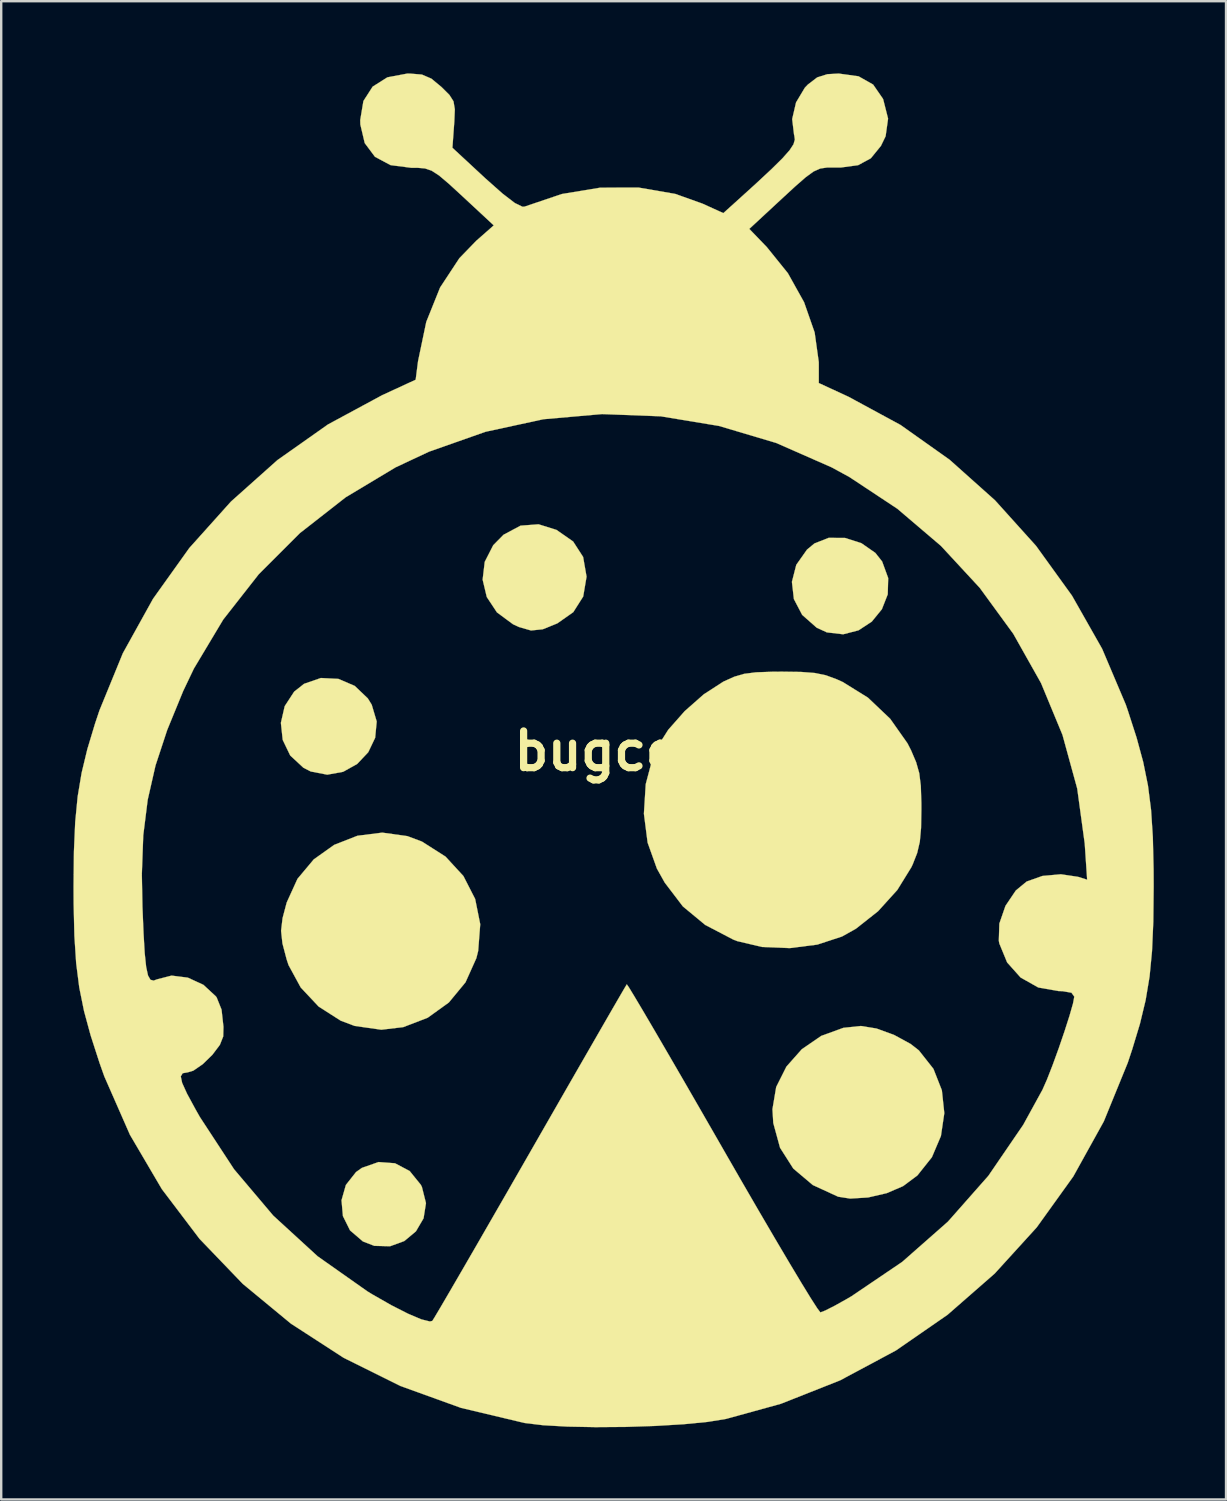
<source format=kicad_pcb>
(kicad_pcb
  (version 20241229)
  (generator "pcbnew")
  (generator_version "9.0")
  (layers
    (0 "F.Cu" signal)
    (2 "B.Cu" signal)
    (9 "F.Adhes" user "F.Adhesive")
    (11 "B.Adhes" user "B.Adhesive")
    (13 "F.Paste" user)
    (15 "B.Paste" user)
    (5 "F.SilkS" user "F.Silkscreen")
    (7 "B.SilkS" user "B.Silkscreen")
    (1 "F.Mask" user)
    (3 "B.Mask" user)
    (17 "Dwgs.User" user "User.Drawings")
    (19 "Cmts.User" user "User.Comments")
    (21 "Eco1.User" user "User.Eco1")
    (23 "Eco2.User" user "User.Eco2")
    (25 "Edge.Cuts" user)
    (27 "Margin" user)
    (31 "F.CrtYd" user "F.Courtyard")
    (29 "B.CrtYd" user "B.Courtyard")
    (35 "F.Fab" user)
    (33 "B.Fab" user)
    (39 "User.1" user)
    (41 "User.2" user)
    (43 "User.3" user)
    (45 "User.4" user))
  (footprint "bugcon"
    (layer "F.Cu")
    (at 22.431 28.138)
    (property "Reference" "bugcon" (at 0 0 0) (layer "F.SilkS") (effects (font (size 1.524 1.524) (thickness 0.3))))
    (attr through_hole)
    (fp_poly (pts (xy -9.078 17.118) (xy -8.469 17.44) (xy -8.006 18.012) (xy -7.961 18.101) (xy -7.792 18.773) (xy -7.892 19.403) (xy -8.209 19.944) (xy -8.691 20.347) (xy -9.284 20.564) (xy -9.937 20.547) (xy -10.411 20.364) (xy -10.945 19.906) (xy -11.241 19.31) (xy -11.299 18.654) (xy -11.118 18.018) (xy -10.696 17.482) (xy -10.452 17.309) (xy -9.762 17.067) (xy -9.078 17.118)) (stroke (width 0.01) (type solid)) (fill yes) (layer "F.SilkS"))
    (fp_poly (pts (xy -11.428 -2.996) (xy -10.752 -2.706) (xy -10.207 -2.187) (xy -10.045 -1.924) (xy -9.838 -1.227) (xy -9.902 -0.553) (xy -10.189 0.049) (xy -10.649 0.536) (xy -11.233 0.862) (xy -11.892 0.981) (xy -12.577 0.849) (xy -12.881 0.694) (xy -13.429 0.185) (xy -13.741 -0.462) (xy -13.817 -1.171) (xy -13.658 -1.865) (xy -13.264 -2.468) (xy -12.854 -2.792) (xy -12.156 -3.033) (xy -11.428 -2.996)) (stroke (width 0.01) (type solid)) (fill yes) (layer "F.SilkS"))
    (fp_poly (pts (xy 9.611 -8.849) (xy 10.289 -8.632) (xy 10.868 -8.229) (xy 11.151 -7.871) (xy 11.402 -7.183) (xy 11.383 -6.507) (xy 11.14 -5.889) (xy 10.721 -5.375) (xy 10.169 -5.013) (xy 9.532 -4.849) (xy 8.855 -4.928) (xy 8.433 -5.122) (xy 7.83 -5.654) (xy 7.486 -6.311) (xy 7.404 -7.026) (xy 7.585 -7.733) (xy 8.03 -8.364) (xy 8.338 -8.62) (xy 8.929 -8.853) (xy 9.611 -8.849)) (stroke (width 0.01) (type solid)) (fill yes) (layer "F.SilkS"))
    (fp_poly (pts (xy -2.373 -9.184) (xy -1.681 -8.702) (xy -1.266 -8.059) (xy -1.125 -7.249) (xy -1.125 -7.234) (xy -1.263 -6.417) (xy -1.675 -5.768) (xy -2.338 -5.302) (xy -2.943 -5.057) (xy -3.429 -5.007) (xy -3.932 -5.15) (xy -4.177 -5.265) (xy -4.844 -5.757) (xy -5.267 -6.396) (xy -5.439 -7.118) (xy -5.352 -7.857) (xy -5 -8.547) (xy -4.569 -8.984) (xy -3.866 -9.359) (xy -3.116 -9.416) (xy -2.373 -9.184)) (stroke (width 0.01) (type solid)) (fill yes) (layer "F.SilkS"))
    (fp_poly (pts (xy 10.916 11.522) (xy 11.651 11.791) (xy 12.332 12.162) (xy 12.675 12.429) (xy 13.281 13.197) (xy 13.631 14.087) (xy 13.732 15.037) (xy 13.592 15.985) (xy 13.217 16.867) (xy 12.615 17.623) (xy 12.02 18.067) (xy 11.344 18.358) (xy 10.568 18.538) (xy 9.824 18.584) (xy 9.323 18.506) (xy 8.271 18.022) (xy 7.462 17.338) (xy 6.911 16.473) (xy 6.63 15.445) (xy 6.596 14.87) (xy 6.751 13.951) (xy 7.175 13.105) (xy 7.816 12.381) (xy 8.622 11.828) (xy 9.541 11.494) (xy 10.269 11.417) (xy 10.916 11.522)) (stroke (width 0.01) (type solid)) (fill yes) (layer "F.SilkS"))
    (fp_poly (pts (xy -8.563 3.533) (xy -7.958 3.76) (xy -6.98 4.383) (xy -6.237 5.191) (xy -5.75 6.142) (xy -5.539 7.191) (xy -5.624 8.297) (xy -5.7 8.601) (xy -6.15 9.603) (xy -6.842 10.441) (xy -7.722 11.075) (xy -8.735 11.464) (xy -9.646 11.572) (xy -10.757 11.414) (xy -11.334 11.196) (xy -12.25 10.61) (xy -12.994 9.817) (xy -13.499 8.889) (xy -13.575 8.661) (xy -13.752 7.989) (xy -13.809 7.465) (xy -13.747 6.937) (xy -13.575 6.289) (xy -13.128 5.307) (xy -12.454 4.501) (xy -11.606 3.897) (xy -10.639 3.518) (xy -9.607 3.388) (xy -8.563 3.533)) (stroke (width 0.01) (type solid)) (fill yes) (layer "F.SilkS"))
    (fp_poly (pts (xy 7.784 -3.285) (xy 8.357 -3.241) (xy 8.815 -3.146) (xy 9.26 -2.982) (xy 9.516 -2.866) (xy 10.559 -2.219) (xy 11.484 -1.341) (xy 12.203 -0.321) (xy 12.351 -0.032) (xy 12.563 0.465) (xy 12.692 0.921) (xy 12.757 1.448) (xy 12.779 2.154) (xy 12.78 2.411) (xy 12.767 3.195) (xy 12.715 3.766) (xy 12.606 4.233) (xy 12.421 4.703) (xy 12.365 4.823) (xy 11.782 5.767) (xy 10.982 6.651) (xy 10.063 7.377) (xy 9.485 7.701) (xy 8.461 8.037) (xy 7.315 8.183) (xy 6.164 8.136) (xy 5.127 7.891) (xy 4.971 7.83) (xy 3.804 7.221) (xy 2.876 6.452) (xy 2.122 5.462) (xy 1.796 4.879) (xy 1.412 3.803) (xy 1.258 2.602) (xy 1.334 1.374) (xy 1.64 0.218) (xy 1.787 -0.122) (xy 2.268 -0.883) (xy 2.953 -1.659) (xy 3.743 -2.355) (xy 4.542 -2.873) (xy 4.582 -2.894) (xy 5.009 -3.086) (xy 5.42 -3.206) (xy 5.913 -3.269) (xy 6.584 -3.293) (xy 6.993 -3.296) (xy 7.784 -3.285)) (stroke (width 0.01) (type solid)) (fill yes) (layer "F.SilkS"))
    (fp_poly (pts (xy 10.17 -28.02) (xy 10.777 -27.676) (xy 11.181 -27.091) (xy 11.195 -27.06) (xy 11.397 -26.262) (xy 11.295 -25.531) (xy 11.1 -25.129) (xy 10.682 -24.616) (xy 10.154 -24.329) (xy 9.435 -24.232) (xy 9.225 -24.232) (xy 8.866 -24.232) (xy 8.582 -24.19) (xy 8.308 -24.069) (xy 7.982 -23.833) (xy 7.538 -23.445) (xy 7.018 -22.966) (xy 5.634 -21.683) (xy 6.361 -20.929) (xy 7.237 -19.843) (xy 7.91 -18.636) (xy 8.348 -17.382) (xy 8.519 -16.154) (xy 8.52 -16.052) (xy 8.52 -15.282) (xy 9.756 -14.711) (xy 11.915 -13.541) (xy 13.952 -12.097) (xy 15.838 -10.412) (xy 17.542 -8.52) (xy 19.034 -6.453) (xy 20.286 -4.246) (xy 21.267 -1.932) (xy 21.351 -1.688) (xy 21.717 -0.555) (xy 21.992 0.458) (xy 22.189 1.431) (xy 22.318 2.444) (xy 22.392 3.58) (xy 22.423 4.917) (xy 22.426 5.627) (xy 22.411 7.085) (xy 22.358 8.304) (xy 22.256 9.364) (xy 22.092 10.346) (xy 21.855 11.33) (xy 21.532 12.397) (xy 21.351 12.941) (xy 20.355 15.381) (xy 19.088 17.666) (xy 17.571 19.778) (xy 15.824 21.698) (xy 13.867 23.409) (xy 11.721 24.893) (xy 9.406 26.132) (xy 6.942 27.107) (xy 4.662 27.735) (xy 3.901 27.858) (xy 2.899 27.955) (xy 1.736 28.025) (xy 0.493 28.066) (xy -0.752 28.075) (xy -1.918 28.053) (xy -2.925 27.996) (xy -3.693 27.904) (xy -3.697 27.903) (xy -6.342 27.274) (xy -8.852 26.367) (xy -11.211 25.196) (xy -13.399 23.778) (xy -15.398 22.127) (xy -17.192 20.26) (xy -18.76 18.191) (xy -20.085 15.935) (xy -21.15 13.509) (xy -21.351 12.941) (xy -21.717 11.808) (xy -21.992 10.795) (xy -22.189 9.822) (xy -22.318 8.809) (xy -22.392 7.673) (xy -22.423 6.336) (xy -22.426 5.627) (xy -22.421 5.114) (xy -19.591 5.114) (xy -19.566 6.468) (xy -19.52 7.574) (xy -19.472 8.394) (xy -19.412 8.964) (xy -19.335 9.32) (xy -19.234 9.498) (xy -19.1 9.533) (xy -18.962 9.481) (xy -18.357 9.325) (xy -17.681 9.41) (xy -17.034 9.708) (xy -16.517 10.186) (xy -16.484 10.231) (xy -16.281 10.737) (xy -16.202 11.452) (xy -16.212 11.851) (xy -16.35 12.2) (xy -16.663 12.614) (xy -17.061 13.002) (xy -17.454 13.273) (xy -17.689 13.343) (xy -17.894 13.378) (xy -17.974 13.51) (xy -17.918 13.779) (xy -17.716 14.225) (xy -17.357 14.887) (xy -17.18 15.199) (xy -15.762 17.366) (xy -14.134 19.292) (xy -12.292 20.98) (xy -10.23 22.433) (xy -10.031 22.555) (xy -9.233 23.011) (xy -8.535 23.366) (xy -7.986 23.599) (xy -7.63 23.688) (xy -7.529 23.664) (xy -7.43 23.506) (xy -7.187 23.096) (xy -6.816 22.462) (xy -6.332 21.629) (xy -5.752 20.627) (xy -5.091 19.48) (xy -4.364 18.218) (xy -3.588 16.866) (xy -3.46 16.643) (xy -2.68 15.283) (xy -1.949 14.009) (xy -1.282 12.849) (xy -0.695 11.83) (xy -0.204 10.977) (xy 0.177 10.319) (xy 0.431 9.882) (xy 0.544 9.693) (xy 0.548 9.687) (xy 0.635 9.813) (xy 0.865 10.191) (xy 1.225 10.796) (xy 1.697 11.6) (xy 2.267 12.578) (xy 2.919 13.702) (xy 3.637 14.947) (xy 4.407 16.286) (xy 4.515 16.475) (xy 5.293 17.827) (xy 6.026 19.091) (xy 6.698 20.239) (xy 7.293 21.245) (xy 7.795 22.081) (xy 8.188 22.722) (xy 8.456 23.139) (xy 8.583 23.308) (xy 8.588 23.31) (xy 8.79 23.233) (xy 9.191 23.029) (xy 9.714 22.736) (xy 9.877 22.64) (xy 11.983 21.214) (xy 13.88 19.544) (xy 15.559 17.643) (xy 17.01 15.521) (xy 17.808 14.066) (xy 17.998 13.636) (xy 18.233 13.033) (xy 18.486 12.337) (xy 18.728 11.627) (xy 18.935 10.981) (xy 19.078 10.478) (xy 19.13 10.199) (xy 19.013 10.036) (xy 18.635 9.97) (xy 18.479 9.967) (xy 17.633 9.818) (xy 16.9 9.404) (xy 16.341 8.778) (xy 16.017 7.991) (xy 15.996 7.878) (xy 16.018 7.164) (xy 16.272 6.429) (xy 16.702 5.79) (xy 17.153 5.418) (xy 17.805 5.187) (xy 18.573 5.117) (xy 19.29 5.224) (xy 19.292 5.225) (xy 19.664 5.343) (xy 19.563 3.837) (xy 19.252 1.56) (xy 18.64 -0.67) (xy 17.748 -2.824) (xy 16.596 -4.87) (xy 15.204 -6.778) (xy 13.593 -8.519) (xy 11.782 -10.062) (xy 9.793 -11.378) (xy 9.054 -11.781) (xy 6.751 -12.794) (xy 4.378 -13.5) (xy 1.959 -13.9) (xy -0.481 -13.993) (xy -2.916 -13.779) (xy -5.32 -13.258) (xy -7.668 -12.431) (xy -9.054 -11.781) (xy -11.124 -10.539) (xy -13.028 -9.05) (xy -14.734 -7.345) (xy -16.212 -5.459) (xy -17.43 -3.424) (xy -17.876 -2.489) (xy -18.538 -0.874) (xy -19.023 0.599) (xy -19.348 2.025) (xy -19.532 3.498) (xy -19.591 5.114) (xy -22.421 5.114) (xy -22.411 4.168) (xy -22.358 2.949) (xy -22.256 1.89) (xy -22.092 0.908) (xy -21.855 -0.076) (xy -21.533 -1.144) (xy -21.351 -1.688) (xy -20.378 -4.065) (xy -19.125 -6.323) (xy -17.62 -8.431) (xy -15.889 -10.361) (xy -13.961 -12.082) (xy -11.861 -13.563) (xy -9.616 -14.775) (xy -9.606 -14.78) (xy -8.22 -15.42) (xy -8.121 -16.19) (xy -7.78 -17.82) (xy -7.205 -19.25) (xy -6.405 -20.466) (xy -5.706 -21.188) (xy -4.977 -21.829) (xy -6.269 -23.03) (xy -6.841 -23.556) (xy -7.246 -23.899) (xy -7.554 -24.099) (xy -7.832 -24.194) (xy -8.149 -24.221) (xy -8.402 -24.22) (xy -9.261 -24.331) (xy -9.911 -24.678) (xy -10.335 -25.246) (xy -10.517 -26.017) (xy -10.522 -26.204) (xy -10.39 -26.993) (xy -10.006 -27.591) (xy -9.394 -27.977) (xy -8.576 -28.131) (xy -8.467 -28.133) (xy -7.96 -28.091) (xy -7.567 -27.922) (xy -7.146 -27.573) (xy -6.819 -27.247) (xy -6.649 -26.98) (xy -6.594 -26.651) (xy -6.615 -26.141) (xy -6.623 -26.032) (xy -6.694 -25.051) (xy -5.319 -23.776) (xy -4.61 -23.147) (xy -4.101 -22.757) (xy -3.783 -22.602) (xy -3.7 -22.607) (xy -2.148 -23.132) (xy -0.547 -23.396) (xy 1.042 -23.398) (xy 2.559 -23.136) (xy 3.685 -22.734) (xy 4.556 -22.338) (xy 5.051 -22.784) (xy 5.91 -23.563) (xy 6.554 -24.163) (xy 7.011 -24.614) (xy 7.306 -24.947) (xy 7.469 -25.196) (xy 7.526 -25.39) (xy 7.503 -25.561) (xy 7.493 -25.592) (xy 7.415 -26.243) (xy 7.576 -26.936) (xy 7.941 -27.546) (xy 8.067 -27.678) (xy 8.456 -27.975) (xy 8.876 -28.107) (xy 9.347 -28.133) (xy 10.17 -28.02)) (stroke (width 0.01) (type solid)) (fill yes) (layer "F.SilkS")))
  (gr_rect
    (start -3 -3)
    (end 47.862 59.218)
    (stroke (width 0.1) (type default))
    (fill no)
    (layer "Edge.Cuts")))
</source>
